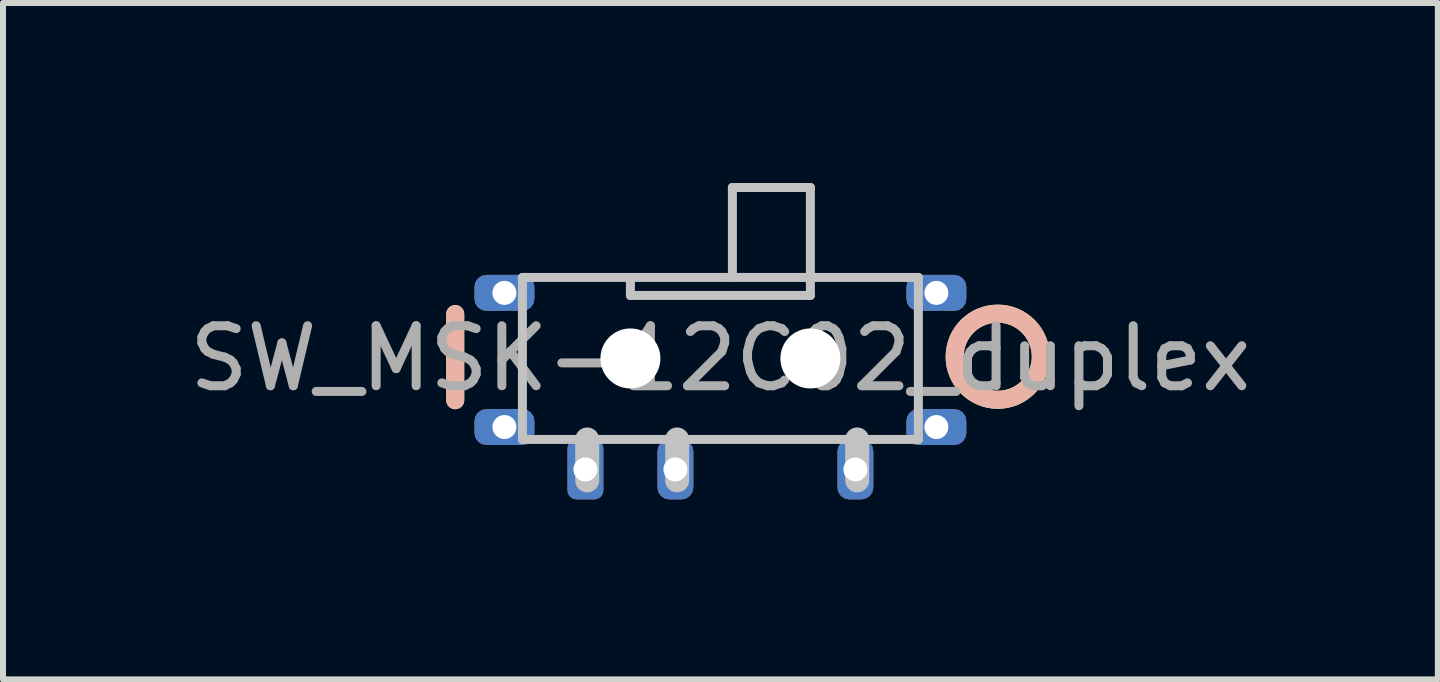
<source format=kicad_pcb>
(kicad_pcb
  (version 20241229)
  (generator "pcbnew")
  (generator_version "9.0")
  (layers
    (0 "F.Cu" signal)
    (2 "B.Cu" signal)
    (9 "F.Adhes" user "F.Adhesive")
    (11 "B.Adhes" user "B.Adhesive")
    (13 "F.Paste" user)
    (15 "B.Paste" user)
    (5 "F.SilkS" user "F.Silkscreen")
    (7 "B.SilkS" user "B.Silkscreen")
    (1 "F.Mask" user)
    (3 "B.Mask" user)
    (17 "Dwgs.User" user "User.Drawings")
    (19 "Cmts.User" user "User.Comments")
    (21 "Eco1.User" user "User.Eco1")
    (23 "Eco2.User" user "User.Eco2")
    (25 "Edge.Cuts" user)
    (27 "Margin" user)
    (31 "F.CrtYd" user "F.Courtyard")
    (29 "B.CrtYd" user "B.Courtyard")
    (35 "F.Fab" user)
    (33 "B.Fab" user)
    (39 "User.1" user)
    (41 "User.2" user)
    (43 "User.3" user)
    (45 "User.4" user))
  (footprint "SW_MSK-12C02_duplex"
    (layer "F.Cu")
    (at 8.958 2.925)
    (property "Reference" "SW_MSK-12C02_duplex" (at 0 0 0) (layer "F.Fab") (effects (font (size 1 1) (thickness 0.15))))
    (attr smd)
    (fp_line (start -4.42 -0.74) (end -4.42 0.696) (stroke (width 0.3) (type solid)) (layer "F.SilkS"))
    (fp_circle (center 4.623 -0.029) (end 4.623 0.689) (stroke (width 0.3) (type solid)) (fill no) (layer "F.SilkS"))
    (fp_line (start -4.42 -0.74) (end -4.42 0.696) (stroke (width 0.3) (type solid)) (layer "B.SilkS"))
    (fp_circle (center 4.623 -0.029) (end 4.623 0.689) (stroke (width 0.3) (type solid)) (fill no) (layer "B.SilkS"))
    (fp_line (start -3.3 -1.35) (end -3.3 1.35) (stroke (width 0.15) (type solid)) (layer "Dwgs.User"))
    (fp_line (start -2.22 1.35) (end -2.22 2.032) (stroke (width 0.4) (type solid)) (layer "Dwgs.User"))
    (fp_line (start -1.5 -1.05) (end -1.5 -1.35) (stroke (width 0.15) (type solid)) (layer "Dwgs.User"))
    (fp_line (start -1.5 -1.05) (end 1.5 -1.05) (stroke (width 0.15) (type solid)) (layer "Dwgs.User"))
    (fp_line (start -0.721 1.35) (end -0.721 2.032) (stroke (width 0.4) (type solid)) (layer "Dwgs.User"))
    (fp_line (start 0.2 -2.85) (end 1.5 -2.85) (stroke (width 0.15) (type solid)) (layer "Dwgs.User"))
    (fp_line (start 0.2 -1.35) (end 0.2 -2.85) (stroke (width 0.15) (type solid)) (layer "Dwgs.User"))
    (fp_line (start 1.5 -2.85) (end 1.5 -1.35) (stroke (width 0.15) (type solid)) (layer "Dwgs.User"))
    (fp_line (start 1.5 -1.05) (end 1.5 -1.35) (stroke (width 0.15) (type solid)) (layer "Dwgs.User"))
    (fp_line (start 2.28 1.35) (end 2.28 2.032) (stroke (width 0.4) (type solid)) (layer "Dwgs.User"))
    (fp_line (start 3.3 -1.35) (end -3.3 -1.35) (stroke (width 0.15) (type solid)) (layer "Dwgs.User"))
    (fp_line (start 3.3 -1.35) (end 3.3 1.35) (stroke (width 0.15) (type solid)) (layer "Dwgs.User"))
    (fp_line (start 3.3 1.35) (end -3.3 1.35) (stroke (width 0.15) (type solid)) (layer "Dwgs.User"))
    (pad "" np_thru_hole circle (at -1.5 0 90) (size 1 1) (drill 1) (layers "*.Cu" "*.Mask"))
    (pad "" np_thru_hole circle (at 1.5 0 90) (size 1 1) (drill 1) (layers "*.Cu" "*.Mask"))
    (pad "1" thru_hole roundrect (at 2.25 1.85 90) (size 1 0.6) (drill 0.4) (layers "*.Cu" "*.Mask") (roundrect_rratio 0.333))
    (pad "2" thru_hole roundrect (at -0.75 1.85 90) (size 1 0.6) (drill 0.4) (layers "*.Cu" "*.Mask") (roundrect_rratio 0.333))
    (pad "3" thru_hole roundrect (at -2.25 1.85 90) (size 1 0.6) (drill 0.4) (layers "*.Cu" "*.Mask") (roundrect_rratio 0.25))
    (pad "4" thru_hole roundrect (at -3.6 -1.093) (size 1 0.6) (drill 0.4) (layers "*.Cu" "*.Mask") (roundrect_rratio 0.333))
    (pad "4" thru_hole roundrect (at -3.6 1.143) (size 1 0.6) (drill 0.4) (layers "*.Cu" "*.Mask") (roundrect_rratio 0.333))
    (pad "4" thru_hole roundrect (at 3.6 -1.093) (size 1 0.6) (drill 0.4) (layers "*.Cu" "*.Mask") (roundrect_rratio 0.333))
    (pad "4" thru_hole roundrect (at 3.6 1.143) (size 1 0.6) (drill 0.4) (layers "*.Cu" "*.Mask") (roundrect_rratio 0.333)))
  (gr_rect
    (start -3 -3)
    (end 20.917 8.275)
    (stroke (width 0.1) (type default))
    (fill no)
    (layer "Edge.Cuts")))
</source>
